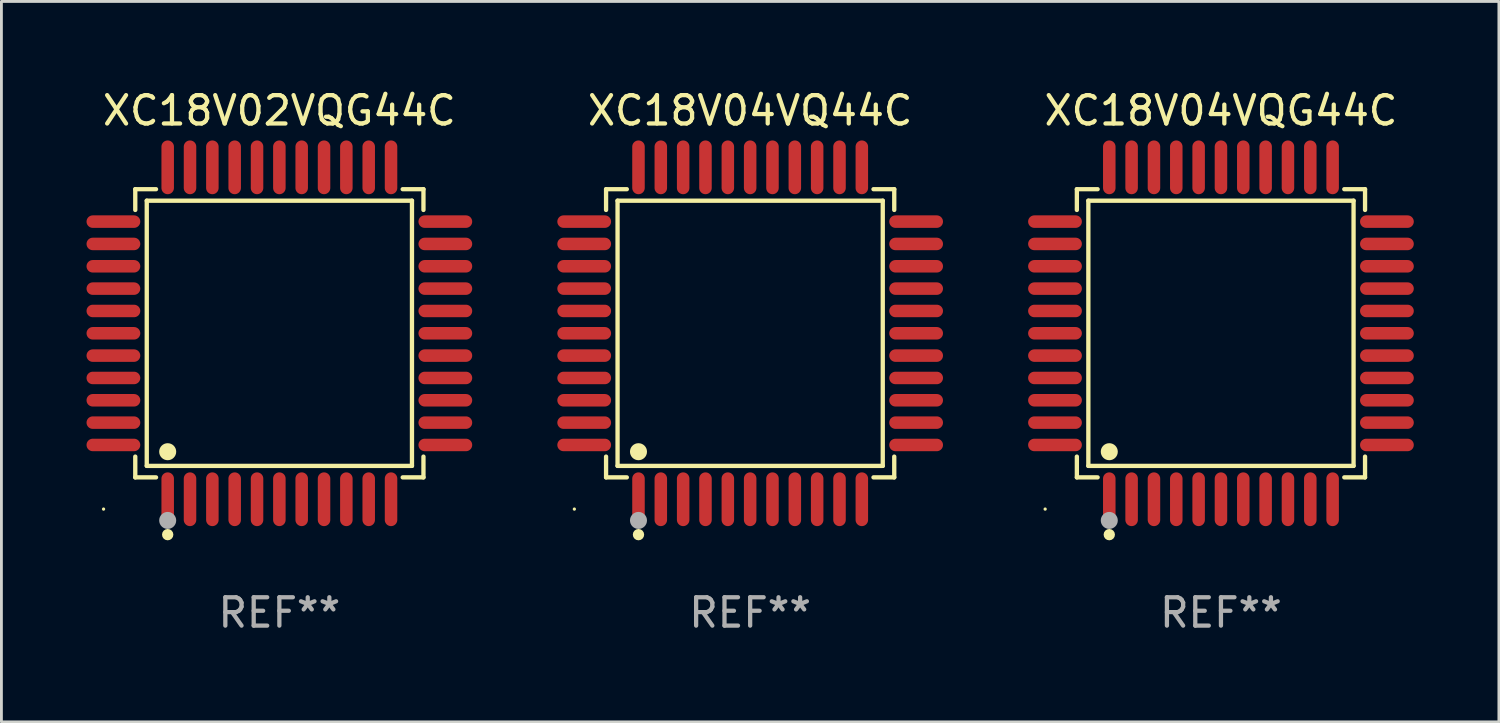
<source format=kicad_pcb>
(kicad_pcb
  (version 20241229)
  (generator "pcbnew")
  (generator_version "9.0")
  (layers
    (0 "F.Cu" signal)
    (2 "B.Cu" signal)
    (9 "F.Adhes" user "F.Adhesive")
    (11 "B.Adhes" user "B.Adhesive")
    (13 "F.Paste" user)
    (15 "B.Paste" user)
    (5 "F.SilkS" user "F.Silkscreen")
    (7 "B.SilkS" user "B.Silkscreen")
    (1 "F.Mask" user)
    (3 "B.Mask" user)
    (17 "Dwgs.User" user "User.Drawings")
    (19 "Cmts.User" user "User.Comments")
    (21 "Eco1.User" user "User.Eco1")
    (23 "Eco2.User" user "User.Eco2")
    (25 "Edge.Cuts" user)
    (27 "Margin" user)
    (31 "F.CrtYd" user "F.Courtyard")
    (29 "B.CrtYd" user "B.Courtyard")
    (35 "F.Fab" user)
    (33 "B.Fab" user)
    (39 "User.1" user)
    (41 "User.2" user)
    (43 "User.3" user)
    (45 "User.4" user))
  (footprint "XC18V04VQG44C"
    (layer "F.Cu")
    (at 39.995 8.7)
    (property "Reference" "XC18V04VQG44C" (at 0 -7.851 0) (layer "F.SilkS") (effects (font (size 1 1) (thickness 0.15))))
    (attr through_hole)
    (fp_line (start -5.08 -5.08) (end -4.348 -5.08) (stroke (width 0.152) (type solid)) (layer "F.SilkS"))
    (fp_line (start -5.08 -4.348) (end -5.08 -5.08) (stroke (width 0.152) (type solid)) (layer "F.SilkS"))
    (fp_line (start -5.08 4.348) (end -5.08 5.08) (stroke (width 0.152) (type solid)) (layer "F.SilkS"))
    (fp_line (start -5.08 5.08) (end -4.348 5.08) (stroke (width 0.152) (type solid)) (layer "F.SilkS"))
    (fp_line (start -4.675 -4.675) (end 4.675 -4.675) (stroke (width 0.152) (type solid)) (layer "F.SilkS"))
    (fp_line (start -4.675 4.675) (end -4.675 -4.675) (stroke (width 0.152) (type solid)) (layer "F.SilkS"))
    (fp_line (start 4.675 -4.675) (end 4.675 4.675) (stroke (width 0.152) (type solid)) (layer "F.SilkS"))
    (fp_line (start 4.675 4.675) (end -4.675 4.675) (stroke (width 0.152) (type solid)) (layer "F.SilkS"))
    (fp_line (start 5.08 -5.08) (end 4.348 -5.08) (stroke (width 0.152) (type solid)) (layer "F.SilkS"))
    (fp_line (start 5.08 -4.348) (end 5.08 -5.08) (stroke (width 0.152) (type solid)) (layer "F.SilkS"))
    (fp_line (start 5.08 4.348) (end 5.08 5.08) (stroke (width 0.152) (type solid)) (layer "F.SilkS"))
    (fp_line (start 5.08 5.08) (end 4.348 5.08) (stroke (width 0.152) (type solid)) (layer "F.SilkS"))
    (fp_circle (center -6.198 6.198) (end -6.168 6.198) (stroke (width 0.06) (type solid)) (fill no) (layer "F.SilkS"))
    (fp_circle (center -3.937 4.175) (end -3.787 4.175) (stroke (width 0.3) (type solid)) (fill no) (layer "F.SilkS"))
    (fp_circle (center -3.937 7.099) (end -3.837 7.099) (stroke (width 0.2) (type solid)) (fill no) (layer "F.SilkS"))
    (fp_circle (center -3.937 6.598) (end -3.787 6.598) (stroke (width 0.3) (type solid)) (fill no) (layer "F.Fab"))
    (fp_text user "REF**" (at 0 9.851 0) (layer "F.Fab") (effects (font (size 1 1) (thickness 0.15))))
    (pad "1" smd oval (at -3.937 5.851) (size 0.441 1.895) (layers "F.Cu" "F.Mask" "F.Paste"))
    (pad "2" smd oval (at -3.15 5.851) (size 0.441 1.895) (layers "F.Cu" "F.Mask" "F.Paste"))
    (pad "3" smd oval (at -2.362 5.851) (size 0.441 1.895) (layers "F.Cu" "F.Mask" "F.Paste"))
    (pad "4" smd oval (at -1.575 5.851) (size 0.441 1.895) (layers "F.Cu" "F.Mask" "F.Paste"))
    (pad "5" smd oval (at -0.787 5.851) (size 0.441 1.895) (layers "F.Cu" "F.Mask" "F.Paste"))
    (pad "6" smd oval (at 0 5.851) (size 0.441 1.895) (layers "F.Cu" "F.Mask" "F.Paste"))
    (pad "7" smd oval (at 0.787 5.851) (size 0.441 1.895) (layers "F.Cu" "F.Mask" "F.Paste"))
    (pad "8" smd oval (at 1.575 5.851) (size 0.441 1.895) (layers "F.Cu" "F.Mask" "F.Paste"))
    (pad "9" smd oval (at 2.362 5.851) (size 0.441 1.895) (layers "F.Cu" "F.Mask" "F.Paste"))
    (pad "10" smd oval (at 3.15 5.851) (size 0.441 1.895) (layers "F.Cu" "F.Mask" "F.Paste"))
    (pad "11" smd oval (at 3.937 5.851) (size 0.441 1.895) (layers "F.Cu" "F.Mask" "F.Paste"))
    (pad "12" smd oval (at 5.851 3.937) (size 1.895 0.441) (layers "F.Cu" "F.Mask" "F.Paste"))
    (pad "13" smd oval (at 5.851 3.15) (size 1.895 0.441) (layers "F.Cu" "F.Mask" "F.Paste"))
    (pad "14" smd oval (at 5.851 2.362) (size 1.895 0.441) (layers "F.Cu" "F.Mask" "F.Paste"))
    (pad "15" smd oval (at 5.851 1.575) (size 1.895 0.441) (layers "F.Cu" "F.Mask" "F.Paste"))
    (pad "16" smd oval (at 5.851 0.787) (size 1.895 0.441) (layers "F.Cu" "F.Mask" "F.Paste"))
    (pad "17" smd oval (at 5.851 0) (size 1.895 0.441) (layers "F.Cu" "F.Mask" "F.Paste"))
    (pad "18" smd oval (at 5.851 -0.787) (size 1.895 0.441) (layers "F.Cu" "F.Mask" "F.Paste"))
    (pad "19" smd oval (at 5.851 -1.575) (size 1.895 0.441) (layers "F.Cu" "F.Mask" "F.Paste"))
    (pad "20" smd oval (at 5.851 -2.362) (size 1.895 0.441) (layers "F.Cu" "F.Mask" "F.Paste"))
    (pad "21" smd oval (at 5.851 -3.15) (size 1.895 0.441) (layers "F.Cu" "F.Mask" "F.Paste"))
    (pad "22" smd oval (at 5.851 -3.937) (size 1.895 0.441) (layers "F.Cu" "F.Mask" "F.Paste"))
    (pad "23" smd oval (at 3.937 -5.851) (size 0.441 1.895) (layers "F.Cu" "F.Mask" "F.Paste"))
    (pad "24" smd oval (at 3.15 -5.851) (size 0.441 1.895) (layers "F.Cu" "F.Mask" "F.Paste"))
    (pad "25" smd oval (at 2.362 -5.851) (size 0.441 1.895) (layers "F.Cu" "F.Mask" "F.Paste"))
    (pad "26" smd oval (at 1.575 -5.851) (size 0.441 1.895) (layers "F.Cu" "F.Mask" "F.Paste"))
    (pad "27" smd oval (at 0.787 -5.851) (size 0.441 1.895) (layers "F.Cu" "F.Mask" "F.Paste"))
    (pad "28" smd oval (at 0 -5.851) (size 0.441 1.895) (layers "F.Cu" "F.Mask" "F.Paste"))
    (pad "29" smd oval (at -0.787 -5.851) (size 0.441 1.895) (layers "F.Cu" "F.Mask" "F.Paste"))
    (pad "30" smd oval (at -1.575 -5.851) (size 0.441 1.895) (layers "F.Cu" "F.Mask" "F.Paste"))
    (pad "31" smd oval (at -2.362 -5.851) (size 0.441 1.895) (layers "F.Cu" "F.Mask" "F.Paste"))
    (pad "32" smd oval (at -3.15 -5.851) (size 0.441 1.895) (layers "F.Cu" "F.Mask" "F.Paste"))
    (pad "33" smd oval (at -3.937 -5.851) (size 0.441 1.895) (layers "F.Cu" "F.Mask" "F.Paste"))
    (pad "34" smd oval (at -5.851 -3.937) (size 1.895 0.441) (layers "F.Cu" "F.Mask" "F.Paste"))
    (pad "35" smd oval (at -5.851 -3.15) (size 1.895 0.441) (layers "F.Cu" "F.Mask" "F.Paste"))
    (pad "36" smd oval (at -5.851 -2.362) (size 1.895 0.441) (layers "F.Cu" "F.Mask" "F.Paste"))
    (pad "37" smd oval (at -5.851 -1.575) (size 1.895 0.441) (layers "F.Cu" "F.Mask" "F.Paste"))
    (pad "38" smd oval (at -5.851 -0.787) (size 1.895 0.441) (layers "F.Cu" "F.Mask" "F.Paste"))
    (pad "39" smd oval (at -5.851 0) (size 1.895 0.441) (layers "F.Cu" "F.Mask" "F.Paste"))
    (pad "40" smd oval (at -5.851 0.787) (size 1.895 0.441) (layers "F.Cu" "F.Mask" "F.Paste"))
    (pad "41" smd oval (at -5.851 1.575) (size 1.895 0.441) (layers "F.Cu" "F.Mask" "F.Paste"))
    (pad "42" smd oval (at -5.851 2.362) (size 1.895 0.441) (layers "F.Cu" "F.Mask" "F.Paste"))
    (pad "43" smd oval (at -5.851 3.15) (size 1.895 0.441) (layers "F.Cu" "F.Mask" "F.Paste"))
    (pad "44" smd oval (at -5.851 3.937) (size 1.895 0.441) (layers "F.Cu" "F.Mask" "F.Paste")))
  (footprint "XC18V02VQG44C"
    (layer "F.Cu")
    (at 6.799 8.7)
    (property "Reference" "XC18V02VQG44C" (at 0 -7.851 0) (layer "F.SilkS") (effects (font (size 1 1) (thickness 0.15))))
    (attr through_hole)
    (fp_line (start -5.08 -5.08) (end -4.348 -5.08) (stroke (width 0.152) (type solid)) (layer "F.SilkS"))
    (fp_line (start -5.08 -4.348) (end -5.08 -5.08) (stroke (width 0.152) (type solid)) (layer "F.SilkS"))
    (fp_line (start -5.08 4.348) (end -5.08 5.08) (stroke (width 0.152) (type solid)) (layer "F.SilkS"))
    (fp_line (start -5.08 5.08) (end -4.348 5.08) (stroke (width 0.152) (type solid)) (layer "F.SilkS"))
    (fp_line (start -4.675 -4.675) (end 4.675 -4.675) (stroke (width 0.152) (type solid)) (layer "F.SilkS"))
    (fp_line (start -4.675 4.675) (end -4.675 -4.675) (stroke (width 0.152) (type solid)) (layer "F.SilkS"))
    (fp_line (start 4.675 -4.675) (end 4.675 4.675) (stroke (width 0.152) (type solid)) (layer "F.SilkS"))
    (fp_line (start 4.675 4.675) (end -4.675 4.675) (stroke (width 0.152) (type solid)) (layer "F.SilkS"))
    (fp_line (start 5.08 -5.08) (end 4.348 -5.08) (stroke (width 0.152) (type solid)) (layer "F.SilkS"))
    (fp_line (start 5.08 -4.348) (end 5.08 -5.08) (stroke (width 0.152) (type solid)) (layer "F.SilkS"))
    (fp_line (start 5.08 4.348) (end 5.08 5.08) (stroke (width 0.152) (type solid)) (layer "F.SilkS"))
    (fp_line (start 5.08 5.08) (end 4.348 5.08) (stroke (width 0.152) (type solid)) (layer "F.SilkS"))
    (fp_circle (center -6.198 6.198) (end -6.168 6.198) (stroke (width 0.06) (type solid)) (fill no) (layer "F.SilkS"))
    (fp_circle (center -3.937 4.175) (end -3.787 4.175) (stroke (width 0.3) (type solid)) (fill no) (layer "F.SilkS"))
    (fp_circle (center -3.937 7.099) (end -3.837 7.099) (stroke (width 0.2) (type solid)) (fill no) (layer "F.SilkS"))
    (fp_circle (center -3.937 6.598) (end -3.787 6.598) (stroke (width 0.3) (type solid)) (fill no) (layer "F.Fab"))
    (fp_text user "REF**" (at 0 9.851 0) (layer "F.Fab") (effects (font (size 1 1) (thickness 0.15))))
    (pad "1" smd oval (at -3.937 5.851) (size 0.441 1.895) (layers "F.Cu" "F.Mask" "F.Paste"))
    (pad "2" smd oval (at -3.15 5.851) (size 0.441 1.895) (layers "F.Cu" "F.Mask" "F.Paste"))
    (pad "3" smd oval (at -2.362 5.851) (size 0.441 1.895) (layers "F.Cu" "F.Mask" "F.Paste"))
    (pad "4" smd oval (at -1.575 5.851) (size 0.441 1.895) (layers "F.Cu" "F.Mask" "F.Paste"))
    (pad "5" smd oval (at -0.787 5.851) (size 0.441 1.895) (layers "F.Cu" "F.Mask" "F.Paste"))
    (pad "6" smd oval (at 0 5.851) (size 0.441 1.895) (layers "F.Cu" "F.Mask" "F.Paste"))
    (pad "7" smd oval (at 0.787 5.851) (size 0.441 1.895) (layers "F.Cu" "F.Mask" "F.Paste"))
    (pad "8" smd oval (at 1.575 5.851) (size 0.441 1.895) (layers "F.Cu" "F.Mask" "F.Paste"))
    (pad "9" smd oval (at 2.362 5.851) (size 0.441 1.895) (layers "F.Cu" "F.Mask" "F.Paste"))
    (pad "10" smd oval (at 3.15 5.851) (size 0.441 1.895) (layers "F.Cu" "F.Mask" "F.Paste"))
    (pad "11" smd oval (at 3.937 5.851) (size 0.441 1.895) (layers "F.Cu" "F.Mask" "F.Paste"))
    (pad "12" smd oval (at 5.851 3.937) (size 1.895 0.441) (layers "F.Cu" "F.Mask" "F.Paste"))
    (pad "13" smd oval (at 5.851 3.15) (size 1.895 0.441) (layers "F.Cu" "F.Mask" "F.Paste"))
    (pad "14" smd oval (at 5.851 2.362) (size 1.895 0.441) (layers "F.Cu" "F.Mask" "F.Paste"))
    (pad "15" smd oval (at 5.851 1.575) (size 1.895 0.441) (layers "F.Cu" "F.Mask" "F.Paste"))
    (pad "16" smd oval (at 5.851 0.787) (size 1.895 0.441) (layers "F.Cu" "F.Mask" "F.Paste"))
    (pad "17" smd oval (at 5.851 0) (size 1.895 0.441) (layers "F.Cu" "F.Mask" "F.Paste"))
    (pad "18" smd oval (at 5.851 -0.787) (size 1.895 0.441) (layers "F.Cu" "F.Mask" "F.Paste"))
    (pad "19" smd oval (at 5.851 -1.575) (size 1.895 0.441) (layers "F.Cu" "F.Mask" "F.Paste"))
    (pad "20" smd oval (at 5.851 -2.362) (size 1.895 0.441) (layers "F.Cu" "F.Mask" "F.Paste"))
    (pad "21" smd oval (at 5.851 -3.15) (size 1.895 0.441) (layers "F.Cu" "F.Mask" "F.Paste"))
    (pad "22" smd oval (at 5.851 -3.937) (size 1.895 0.441) (layers "F.Cu" "F.Mask" "F.Paste"))
    (pad "23" smd oval (at 3.937 -5.851) (size 0.441 1.895) (layers "F.Cu" "F.Mask" "F.Paste"))
    (pad "24" smd oval (at 3.15 -5.851) (size 0.441 1.895) (layers "F.Cu" "F.Mask" "F.Paste"))
    (pad "25" smd oval (at 2.362 -5.851) (size 0.441 1.895) (layers "F.Cu" "F.Mask" "F.Paste"))
    (pad "26" smd oval (at 1.575 -5.851) (size 0.441 1.895) (layers "F.Cu" "F.Mask" "F.Paste"))
    (pad "27" smd oval (at 0.787 -5.851) (size 0.441 1.895) (layers "F.Cu" "F.Mask" "F.Paste"))
    (pad "28" smd oval (at 0 -5.851) (size 0.441 1.895) (layers "F.Cu" "F.Mask" "F.Paste"))
    (pad "29" smd oval (at -0.787 -5.851) (size 0.441 1.895) (layers "F.Cu" "F.Mask" "F.Paste"))
    (pad "30" smd oval (at -1.575 -5.851) (size 0.441 1.895) (layers "F.Cu" "F.Mask" "F.Paste"))
    (pad "31" smd oval (at -2.362 -5.851) (size 0.441 1.895) (layers "F.Cu" "F.Mask" "F.Paste"))
    (pad "32" smd oval (at -3.15 -5.851) (size 0.441 1.895) (layers "F.Cu" "F.Mask" "F.Paste"))
    (pad "33" smd oval (at -3.937 -5.851) (size 0.441 1.895) (layers "F.Cu" "F.Mask" "F.Paste"))
    (pad "34" smd oval (at -5.851 -3.937) (size 1.895 0.441) (layers "F.Cu" "F.Mask" "F.Paste"))
    (pad "35" smd oval (at -5.851 -3.15) (size 1.895 0.441) (layers "F.Cu" "F.Mask" "F.Paste"))
    (pad "36" smd oval (at -5.851 -2.362) (size 1.895 0.441) (layers "F.Cu" "F.Mask" "F.Paste"))
    (pad "37" smd oval (at -5.851 -1.575) (size 1.895 0.441) (layers "F.Cu" "F.Mask" "F.Paste"))
    (pad "38" smd oval (at -5.851 -0.787) (size 1.895 0.441) (layers "F.Cu" "F.Mask" "F.Paste"))
    (pad "39" smd oval (at -5.851 0) (size 1.895 0.441) (layers "F.Cu" "F.Mask" "F.Paste"))
    (pad "40" smd oval (at -5.851 0.787) (size 1.895 0.441) (layers "F.Cu" "F.Mask" "F.Paste"))
    (pad "41" smd oval (at -5.851 1.575) (size 1.895 0.441) (layers "F.Cu" "F.Mask" "F.Paste"))
    (pad "42" smd oval (at -5.851 2.362) (size 1.895 0.441) (layers "F.Cu" "F.Mask" "F.Paste"))
    (pad "43" smd oval (at -5.851 3.15) (size 1.895 0.441) (layers "F.Cu" "F.Mask" "F.Paste"))
    (pad "44" smd oval (at -5.851 3.937) (size 1.895 0.441) (layers "F.Cu" "F.Mask" "F.Paste")))
  (footprint "XC18V04VQ44C"
    (layer "F.Cu")
    (at 23.397 8.7)
    (property "Reference" "XC18V04VQ44C" (at 0 -7.851 0) (layer "F.SilkS") (effects (font (size 1 1) (thickness 0.15))))
    (attr through_hole)
    (fp_line (start -5.08 -5.08) (end -4.348 -5.08) (stroke (width 0.152) (type solid)) (layer "F.SilkS"))
    (fp_line (start -5.08 -4.348) (end -5.08 -5.08) (stroke (width 0.152) (type solid)) (layer "F.SilkS"))
    (fp_line (start -5.08 4.348) (end -5.08 5.08) (stroke (width 0.152) (type solid)) (layer "F.SilkS"))
    (fp_line (start -5.08 5.08) (end -4.348 5.08) (stroke (width 0.152) (type solid)) (layer "F.SilkS"))
    (fp_line (start -4.675 -4.675) (end 4.675 -4.675) (stroke (width 0.152) (type solid)) (layer "F.SilkS"))
    (fp_line (start -4.675 4.675) (end -4.675 -4.675) (stroke (width 0.152) (type solid)) (layer "F.SilkS"))
    (fp_line (start 4.675 -4.675) (end 4.675 4.675) (stroke (width 0.152) (type solid)) (layer "F.SilkS"))
    (fp_line (start 4.675 4.675) (end -4.675 4.675) (stroke (width 0.152) (type solid)) (layer "F.SilkS"))
    (fp_line (start 5.08 -5.08) (end 4.348 -5.08) (stroke (width 0.152) (type solid)) (layer "F.SilkS"))
    (fp_line (start 5.08 -4.348) (end 5.08 -5.08) (stroke (width 0.152) (type solid)) (layer "F.SilkS"))
    (fp_line (start 5.08 4.348) (end 5.08 5.08) (stroke (width 0.152) (type solid)) (layer "F.SilkS"))
    (fp_line (start 5.08 5.08) (end 4.348 5.08) (stroke (width 0.152) (type solid)) (layer "F.SilkS"))
    (fp_circle (center -6.198 6.198) (end -6.168 6.198) (stroke (width 0.06) (type solid)) (fill no) (layer "F.SilkS"))
    (fp_circle (center -3.937 4.175) (end -3.787 4.175) (stroke (width 0.3) (type solid)) (fill no) (layer "F.SilkS"))
    (fp_circle (center -3.937 7.099) (end -3.837 7.099) (stroke (width 0.2) (type solid)) (fill no) (layer "F.SilkS"))
    (fp_circle (center -3.937 6.598) (end -3.787 6.598) (stroke (width 0.3) (type solid)) (fill no) (layer "F.Fab"))
    (fp_text user "REF**" (at 0 9.851 0) (layer "F.Fab") (effects (font (size 1 1) (thickness 0.15))))
    (pad "1" smd oval (at -3.937 5.851) (size 0.441 1.895) (layers "F.Cu" "F.Mask" "F.Paste"))
    (pad "2" smd oval (at -3.15 5.851) (size 0.441 1.895) (layers "F.Cu" "F.Mask" "F.Paste"))
    (pad "3" smd oval (at -2.362 5.851) (size 0.441 1.895) (layers "F.Cu" "F.Mask" "F.Paste"))
    (pad "4" smd oval (at -1.575 5.851) (size 0.441 1.895) (layers "F.Cu" "F.Mask" "F.Paste"))
    (pad "5" smd oval (at -0.787 5.851) (size 0.441 1.895) (layers "F.Cu" "F.Mask" "F.Paste"))
    (pad "6" smd oval (at 0 5.851) (size 0.441 1.895) (layers "F.Cu" "F.Mask" "F.Paste"))
    (pad "7" smd oval (at 0.787 5.851) (size 0.441 1.895) (layers "F.Cu" "F.Mask" "F.Paste"))
    (pad "8" smd oval (at 1.575 5.851) (size 0.441 1.895) (layers "F.Cu" "F.Mask" "F.Paste"))
    (pad "9" smd oval (at 2.362 5.851) (size 0.441 1.895) (layers "F.Cu" "F.Mask" "F.Paste"))
    (pad "10" smd oval (at 3.15 5.851) (size 0.441 1.895) (layers "F.Cu" "F.Mask" "F.Paste"))
    (pad "11" smd oval (at 3.937 5.851) (size 0.441 1.895) (layers "F.Cu" "F.Mask" "F.Paste"))
    (pad "12" smd oval (at 5.851 3.937) (size 1.895 0.441) (layers "F.Cu" "F.Mask" "F.Paste"))
    (pad "13" smd oval (at 5.851 3.15) (size 1.895 0.441) (layers "F.Cu" "F.Mask" "F.Paste"))
    (pad "14" smd oval (at 5.851 2.362) (size 1.895 0.441) (layers "F.Cu" "F.Mask" "F.Paste"))
    (pad "15" smd oval (at 5.851 1.575) (size 1.895 0.441) (layers "F.Cu" "F.Mask" "F.Paste"))
    (pad "16" smd oval (at 5.851 0.787) (size 1.895 0.441) (layers "F.Cu" "F.Mask" "F.Paste"))
    (pad "17" smd oval (at 5.851 0) (size 1.895 0.441) (layers "F.Cu" "F.Mask" "F.Paste"))
    (pad "18" smd oval (at 5.851 -0.787) (size 1.895 0.441) (layers "F.Cu" "F.Mask" "F.Paste"))
    (pad "19" smd oval (at 5.851 -1.575) (size 1.895 0.441) (layers "F.Cu" "F.Mask" "F.Paste"))
    (pad "20" smd oval (at 5.851 -2.362) (size 1.895 0.441) (layers "F.Cu" "F.Mask" "F.Paste"))
    (pad "21" smd oval (at 5.851 -3.15) (size 1.895 0.441) (layers "F.Cu" "F.Mask" "F.Paste"))
    (pad "22" smd oval (at 5.851 -3.937) (size 1.895 0.441) (layers "F.Cu" "F.Mask" "F.Paste"))
    (pad "23" smd oval (at 3.937 -5.851) (size 0.441 1.895) (layers "F.Cu" "F.Mask" "F.Paste"))
    (pad "24" smd oval (at 3.15 -5.851) (size 0.441 1.895) (layers "F.Cu" "F.Mask" "F.Paste"))
    (pad "25" smd oval (at 2.362 -5.851) (size 0.441 1.895) (layers "F.Cu" "F.Mask" "F.Paste"))
    (pad "26" smd oval (at 1.575 -5.851) (size 0.441 1.895) (layers "F.Cu" "F.Mask" "F.Paste"))
    (pad "27" smd oval (at 0.787 -5.851) (size 0.441 1.895) (layers "F.Cu" "F.Mask" "F.Paste"))
    (pad "28" smd oval (at 0 -5.851) (size 0.441 1.895) (layers "F.Cu" "F.Mask" "F.Paste"))
    (pad "29" smd oval (at -0.787 -5.851) (size 0.441 1.895) (layers "F.Cu" "F.Mask" "F.Paste"))
    (pad "30" smd oval (at -1.575 -5.851) (size 0.441 1.895) (layers "F.Cu" "F.Mask" "F.Paste"))
    (pad "31" smd oval (at -2.362 -5.851) (size 0.441 1.895) (layers "F.Cu" "F.Mask" "F.Paste"))
    (pad "32" smd oval (at -3.15 -5.851) (size 0.441 1.895) (layers "F.Cu" "F.Mask" "F.Paste"))
    (pad "33" smd oval (at -3.937 -5.851) (size 0.441 1.895) (layers "F.Cu" "F.Mask" "F.Paste"))
    (pad "34" smd oval (at -5.851 -3.937) (size 1.895 0.441) (layers "F.Cu" "F.Mask" "F.Paste"))
    (pad "35" smd oval (at -5.851 -3.15) (size 1.895 0.441) (layers "F.Cu" "F.Mask" "F.Paste"))
    (pad "36" smd oval (at -5.851 -2.362) (size 1.895 0.441) (layers "F.Cu" "F.Mask" "F.Paste"))
    (pad "37" smd oval (at -5.851 -1.575) (size 1.895 0.441) (layers "F.Cu" "F.Mask" "F.Paste"))
    (pad "38" smd oval (at -5.851 -0.787) (size 1.895 0.441) (layers "F.Cu" "F.Mask" "F.Paste"))
    (pad "39" smd oval (at -5.851 0) (size 1.895 0.441) (layers "F.Cu" "F.Mask" "F.Paste"))
    (pad "40" smd oval (at -5.851 0.787) (size 1.895 0.441) (layers "F.Cu" "F.Mask" "F.Paste"))
    (pad "41" smd oval (at -5.851 1.575) (size 1.895 0.441) (layers "F.Cu" "F.Mask" "F.Paste"))
    (pad "42" smd oval (at -5.851 2.362) (size 1.895 0.441) (layers "F.Cu" "F.Mask" "F.Paste"))
    (pad "43" smd oval (at -5.851 3.15) (size 1.895 0.441) (layers "F.Cu" "F.Mask" "F.Paste"))
    (pad "44" smd oval (at -5.851 3.937) (size 1.895 0.441) (layers "F.Cu" "F.Mask" "F.Paste")))
  (gr_rect
    (start -3 -3)
    (end 49.794 22.399)
    (stroke (width 0.1) (type default))
    (fill no)
    (layer "Edge.Cuts")))
</source>
